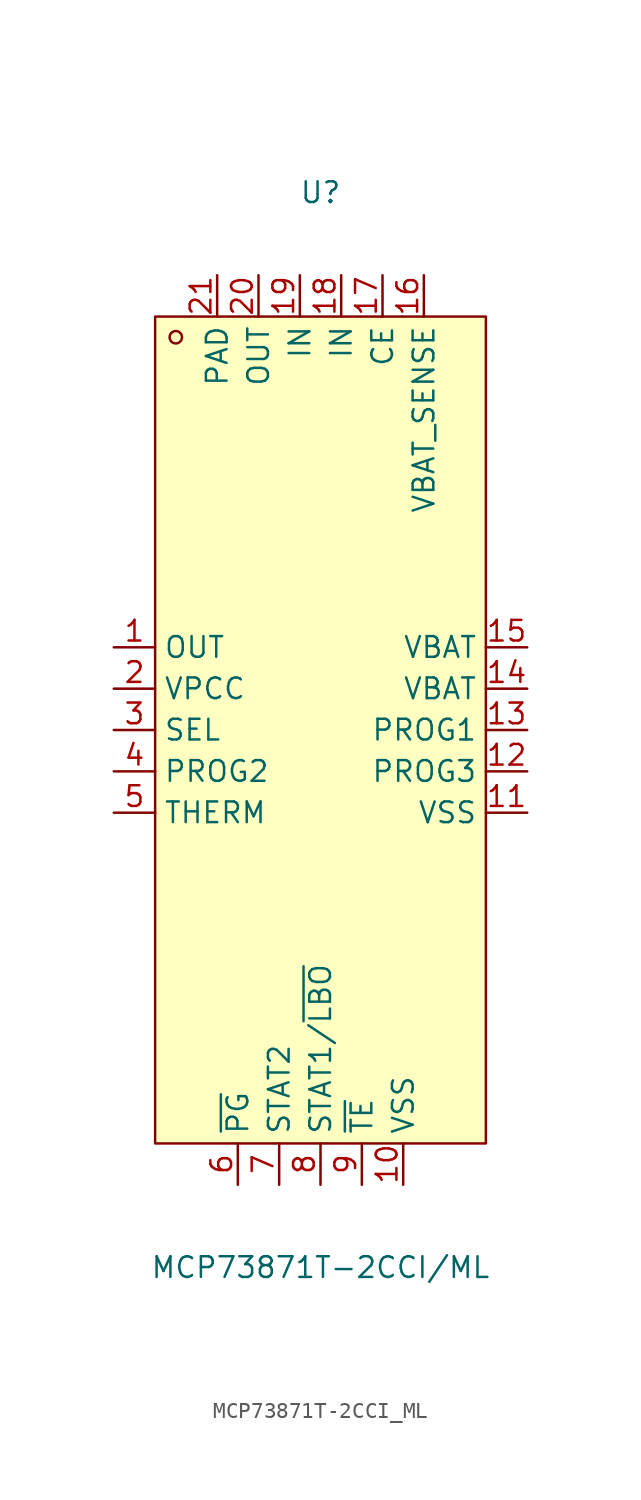
<source format=kicad_sym>
(kicad_symbol_lib
  (version 20211014)
  (generator https://github.com/uPesy/easyeda2kicad.py)
  (symbol "MCP73871T-2CCI_ML"
    (property "Reference" "U"
      (at 0 33.02 0)
      (effects (font (size 1.27 1.27))))
    (property "Value" "MCP73871T-2CCI/ML"
      (at 0 -33.02 0)
      (effects (font (size 1.27 1.27))))
    (symbol "MCP73871T-2CCI_ML_0_1"
      (rectangle (start -10.16 25.40) (end 10.16 -25.40) (stroke (width 0) (type default) (color 0 0 0 0)) (fill (type background)))
      (circle (center -8.89 24.13) (radius 0.38) (stroke (width 0) (type default) (color 0 0 0 0)) (fill (type none)))
      (pin unspecified line (at -12.70 5.08 0) (length 2.54) (name "OUT" (effects (font (size 1.27 1.27)))) (number "1" (effects (font (size 1.27 1.27)))))
      (pin unspecified line (at -12.70 2.54 0) (length 2.54) (name "VPCC" (effects (font (size 1.27 1.27)))) (number "2" (effects (font (size 1.27 1.27)))))
      (pin unspecified line (at -12.70 -0.00 0) (length 2.54) (name "SEL" (effects (font (size 1.27 1.27)))) (number "3" (effects (font (size 1.27 1.27)))))
      (pin unspecified line (at -12.70 -2.54 0) (length 2.54) (name "PROG2" (effects (font (size 1.27 1.27)))) (number "4" (effects (font (size 1.27 1.27)))))
      (pin unspecified line (at -12.70 -5.08 0) (length 2.54) (name "THERM" (effects (font (size 1.27 1.27)))) (number "5" (effects (font (size 1.27 1.27)))))
      (pin unspecified line (at -5.08 -27.94 90) (length 2.54) (name "~{PG}" (effects (font (size 1.27 1.27)))) (number "6" (effects (font (size 1.27 1.27)))))
      (pin unspecified line (at -2.54 -27.94 90) (length 2.54) (name "STAT2" (effects (font (size 1.27 1.27)))) (number "7" (effects (font (size 1.27 1.27)))))
      (pin unspecified line (at 0.00 -27.94 90) (length 2.54) (name "STAT1/~{LBO}" (effects (font (size 1.27 1.27)))) (number "8" (effects (font (size 1.27 1.27)))))
      (pin unspecified line (at 2.54 -27.94 90) (length 2.54) (name "~{TE}" (effects (font (size 1.27 1.27)))) (number "9" (effects (font (size 1.27 1.27)))))
      (pin unspecified line (at 5.08 -27.94 90) (length 2.54) (name "VSS" (effects (font (size 1.27 1.27)))) (number "10" (effects (font (size 1.27 1.27)))))
      (pin unspecified line (at 12.70 -5.08 180) (length 2.54) (name "VSS" (effects (font (size 1.27 1.27)))) (number "11" (effects (font (size 1.27 1.27)))))
      (pin unspecified line (at 12.70 -2.54 180) (length 2.54) (name "PROG3" (effects (font (size 1.27 1.27)))) (number "12" (effects (font (size 1.27 1.27)))))
      (pin unspecified line (at 12.70 -0.00 180) (length 2.54) (name "PROG1" (effects (font (size 1.27 1.27)))) (number "13" (effects (font (size 1.27 1.27)))))
      (pin unspecified line (at 12.70 2.54 180) (length 2.54) (name "VBAT" (effects (font (size 1.27 1.27)))) (number "14" (effects (font (size 1.27 1.27)))))
      (pin unspecified line (at 12.70 5.08 180) (length 2.54) (name "VBAT" (effects (font (size 1.27 1.27)))) (number "15" (effects (font (size 1.27 1.27)))))
      (pin unspecified line (at 6.35 27.94 270) (length 2.54) (name "VBAT_SENSE" (effects (font (size 1.27 1.27)))) (number "16" (effects (font (size 1.27 1.27)))))
      (pin unspecified line (at 3.81 27.94 270) (length 2.54) (name "CE" (effects (font (size 1.27 1.27)))) (number "17" (effects (font (size 1.27 1.27)))))
      (pin unspecified line (at 1.27 27.94 270) (length 2.54) (name "IN" (effects (font (size 1.27 1.27)))) (number "18" (effects (font (size 1.27 1.27)))))
      (pin unspecified line (at -1.27 27.94 270) (length 2.54) (name "IN" (effects (font (size 1.27 1.27)))) (number "19" (effects (font (size 1.27 1.27)))))
      (pin unspecified line (at -3.81 27.94 270) (length 2.54) (name "OUT" (effects (font (size 1.27 1.27)))) (number "20" (effects (font (size 1.27 1.27)))))
      (pin unspecified line (at -6.35 27.94 270) (length 2.54) (name "PAD" (effects (font (size 1.27 1.27)))) (number "21" (effects (font (size 1.27 1.27))))))))
</source>
